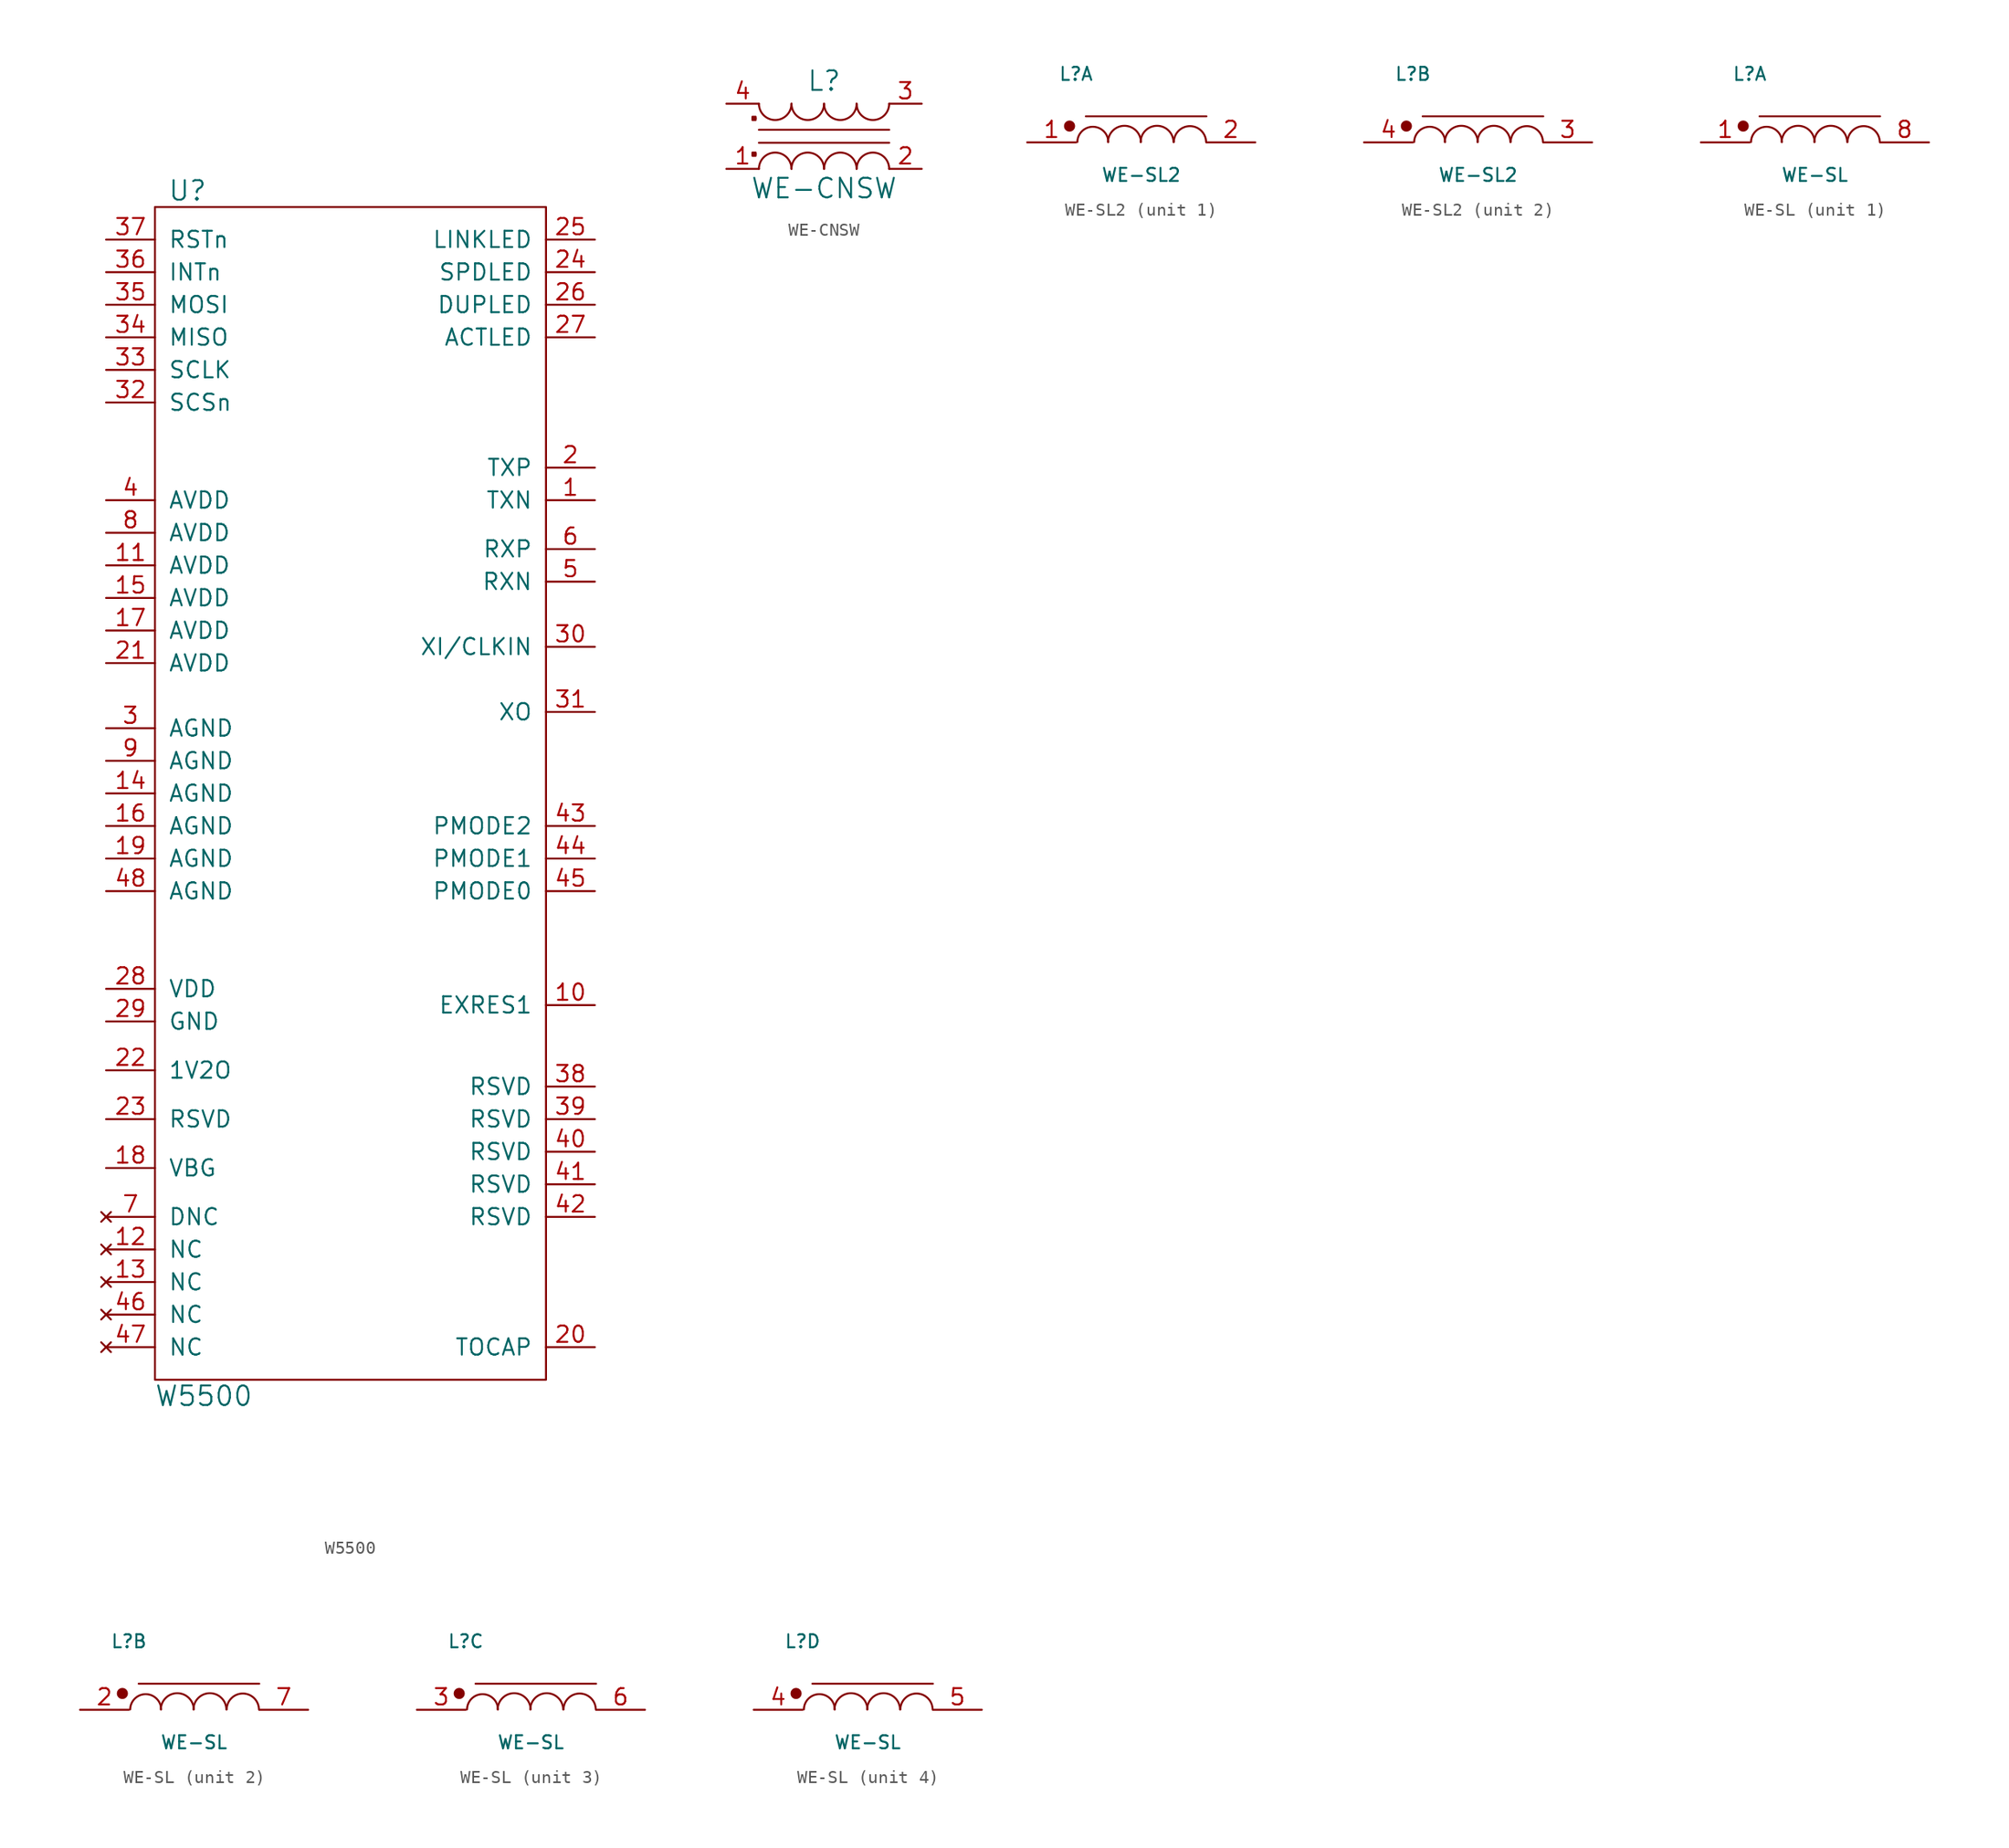
<source format=kicad_sym>
(kicad_symbol_lib
  (version 20210619)
  (generator kicad_symbol_editor)
  (symbol "tinkerforge:W5500"
    (pin_names
      (offset 1.016))
    (property "Reference" "U"
      (at -12.7 46.99 0)
      (effects (font (size 1.524 1.524))))
    (property "Value" "W5500"
      (at -11.43 -46.99 0)
      (effects (font (size 1.524 1.524))))
    (property "Footprint" ""
      (at 0 -1.27 0)
      (effects (font (size 1.524 1.524))))
    (property "Datasheet" ""
      (at 0 -1.27 0)
      (effects (font (size 1.524 1.524))))
    (symbol "W5500_0_1"
      (rectangle (start -15.24 45.72) (end 15.24 -45.72) (stroke (width 0)) (fill (type none))))
    (symbol "W5500_1_1"
      (pin passive line (at 19.05 22.86 180) (length 3.81) (name "TXN" (effects (font (size 1.27 1.27)))) (number "1" (effects (font (size 1.27 1.27)))))
      (pin passive line (at 19.05 -16.51 180) (length 3.81) (name "EXRES1" (effects (font (size 1.27 1.27)))) (number "10" (effects (font (size 1.27 1.27)))))
      (pin passive line (at -19.05 17.78 0) (length 3.81) (name "AVDD" (effects (font (size 1.27 1.27)))) (number "11" (effects (font (size 1.27 1.27)))))
      (pin no_connect line (at -19.05 -35.56 0) (length 3.81) (name "NC" (effects (font (size 1.27 1.27)))) (number "12" (effects (font (size 1.27 1.27)))))
      (pin no_connect line (at -19.05 -38.1 0) (length 3.81) (name "NC" (effects (font (size 1.27 1.27)))) (number "13" (effects (font (size 1.27 1.27)))))
      (pin passive line (at -19.05 0 0) (length 3.81) (name "AGND" (effects (font (size 1.27 1.27)))) (number "14" (effects (font (size 1.27 1.27)))))
      (pin passive line (at -19.05 15.24 0) (length 3.81) (name "AVDD" (effects (font (size 1.27 1.27)))) (number "15" (effects (font (size 1.27 1.27)))))
      (pin passive line (at -19.05 -2.54 0) (length 3.81) (name "AGND" (effects (font (size 1.27 1.27)))) (number "16" (effects (font (size 1.27 1.27)))))
      (pin passive line (at -19.05 12.7 0) (length 3.81) (name "AVDD" (effects (font (size 1.27 1.27)))) (number "17" (effects (font (size 1.27 1.27)))))
      (pin passive line (at -19.05 -29.21 0) (length 3.81) (name "VBG" (effects (font (size 1.27 1.27)))) (number "18" (effects (font (size 1.27 1.27)))))
      (pin passive line (at -19.05 -5.08 0) (length 3.81) (name "AGND" (effects (font (size 1.27 1.27)))) (number "19" (effects (font (size 1.27 1.27)))))
      (pin passive line (at 19.05 25.4 180) (length 3.81) (name "TXP" (effects (font (size 1.27 1.27)))) (number "2" (effects (font (size 1.27 1.27)))))
      (pin passive line (at 19.05 -43.18 180) (length 3.81) (name "TOCAP" (effects (font (size 1.27 1.27)))) (number "20" (effects (font (size 1.27 1.27)))))
      (pin passive line (at -19.05 10.16 0) (length 3.81) (name "AVDD" (effects (font (size 1.27 1.27)))) (number "21" (effects (font (size 1.27 1.27)))))
      (pin passive line (at -19.05 -21.59 0) (length 3.81) (name "1V2O" (effects (font (size 1.27 1.27)))) (number "22" (effects (font (size 1.27 1.27)))))
      (pin passive line (at -19.05 -25.4 0) (length 3.81) (name "RSVD" (effects (font (size 1.27 1.27)))) (number "23" (effects (font (size 1.27 1.27)))))
      (pin passive line (at 19.05 40.64 180) (length 3.81) (name "SPDLED" (effects (font (size 1.27 1.27)))) (number "24" (effects (font (size 1.27 1.27)))))
      (pin passive line (at 19.05 43.18 180) (length 3.81) (name "LINKLED" (effects (font (size 1.27 1.27)))) (number "25" (effects (font (size 1.27 1.27)))))
      (pin passive line (at 19.05 38.1 180) (length 3.81) (name "DUPLED" (effects (font (size 1.27 1.27)))) (number "26" (effects (font (size 1.27 1.27)))))
      (pin passive line (at 19.05 35.56 180) (length 3.81) (name "ACTLED" (effects (font (size 1.27 1.27)))) (number "27" (effects (font (size 1.27 1.27)))))
      (pin passive line (at -19.05 -15.24 0) (length 3.81) (name "VDD" (effects (font (size 1.27 1.27)))) (number "28" (effects (font (size 1.27 1.27)))))
      (pin passive line (at -19.05 -17.78 0) (length 3.81) (name "GND" (effects (font (size 1.27 1.27)))) (number "29" (effects (font (size 1.27 1.27)))))
      (pin passive line (at -19.05 5.08 0) (length 3.81) (name "AGND" (effects (font (size 1.27 1.27)))) (number "3" (effects (font (size 1.27 1.27)))))
      (pin passive line (at 19.05 11.43 180) (length 3.81) (name "XI/CLKIN" (effects (font (size 1.27 1.27)))) (number "30" (effects (font (size 1.27 1.27)))))
      (pin passive line (at 19.05 6.35 180) (length 3.81) (name "XO" (effects (font (size 1.27 1.27)))) (number "31" (effects (font (size 1.27 1.27)))))
      (pin passive line (at -19.05 30.48 0) (length 3.81) (name "SCSn" (effects (font (size 1.27 1.27)))) (number "32" (effects (font (size 1.27 1.27)))))
      (pin passive line (at -19.05 33.02 0) (length 3.81) (name "SCLK" (effects (font (size 1.27 1.27)))) (number "33" (effects (font (size 1.27 1.27)))))
      (pin passive line (at -19.05 35.56 0) (length 3.81) (name "MISO" (effects (font (size 1.27 1.27)))) (number "34" (effects (font (size 1.27 1.27)))))
      (pin passive line (at -19.05 38.1 0) (length 3.81) (name "MOSI" (effects (font (size 1.27 1.27)))) (number "35" (effects (font (size 1.27 1.27)))))
      (pin passive line (at -19.05 40.64 0) (length 3.81) (name "INTn" (effects (font (size 1.27 1.27)))) (number "36" (effects (font (size 1.27 1.27)))))
      (pin passive line (at -19.05 43.18 0) (length 3.81) (name "RSTn" (effects (font (size 1.27 1.27)))) (number "37" (effects (font (size 1.27 1.27)))))
      (pin passive line (at 19.05 -22.86 180) (length 3.81) (name "RSVD" (effects (font (size 1.27 1.27)))) (number "38" (effects (font (size 1.27 1.27)))))
      (pin passive line (at 19.05 -25.4 180) (length 3.81) (name "RSVD" (effects (font (size 1.27 1.27)))) (number "39" (effects (font (size 1.27 1.27)))))
      (pin passive line (at -19.05 22.86 0) (length 3.81) (name "AVDD" (effects (font (size 1.27 1.27)))) (number "4" (effects (font (size 1.27 1.27)))))
      (pin passive line (at 19.05 -27.94 180) (length 3.81) (name "RSVD" (effects (font (size 1.27 1.27)))) (number "40" (effects (font (size 1.27 1.27)))))
      (pin passive line (at 19.05 -30.48 180) (length 3.81) (name "RSVD" (effects (font (size 1.27 1.27)))) (number "41" (effects (font (size 1.27 1.27)))))
      (pin passive line (at 19.05 -33.02 180) (length 3.81) (name "RSVD" (effects (font (size 1.27 1.27)))) (number "42" (effects (font (size 1.27 1.27)))))
      (pin passive line (at 19.05 -2.54 180) (length 3.81) (name "PMODE2" (effects (font (size 1.27 1.27)))) (number "43" (effects (font (size 1.27 1.27)))))
      (pin passive line (at 19.05 -5.08 180) (length 3.81) (name "PMODE1" (effects (font (size 1.27 1.27)))) (number "44" (effects (font (size 1.27 1.27)))))
      (pin passive line (at 19.05 -7.62 180) (length 3.81) (name "PMODE0" (effects (font (size 1.27 1.27)))) (number "45" (effects (font (size 1.27 1.27)))))
      (pin no_connect line (at -19.05 -40.64 0) (length 3.81) (name "NC" (effects (font (size 1.27 1.27)))) (number "46" (effects (font (size 1.27 1.27)))))
      (pin no_connect line (at -19.05 -43.18 0) (length 3.81) (name "NC" (effects (font (size 1.27 1.27)))) (number "47" (effects (font (size 1.27 1.27)))))
      (pin passive line (at -19.05 -7.62 0) (length 3.81) (name "AGND" (effects (font (size 1.27 1.27)))) (number "48" (effects (font (size 1.27 1.27)))))
      (pin passive line (at 19.05 16.51 180) (length 3.81) (name "RXN" (effects (font (size 1.27 1.27)))) (number "5" (effects (font (size 1.27 1.27)))))
      (pin passive line (at 19.05 19.05 180) (length 3.81) (name "RXP" (effects (font (size 1.27 1.27)))) (number "6" (effects (font (size 1.27 1.27)))))
      (pin no_connect line (at -19.05 -33.02 0) (length 3.81) (name "DNC" (effects (font (size 1.27 1.27)))) (number "7" (effects (font (size 1.27 1.27)))))
      (pin passive line (at -19.05 20.32 0) (length 3.81) (name "AVDD" (effects (font (size 1.27 1.27)))) (number "8" (effects (font (size 1.27 1.27)))))
      (pin passive line (at -19.05 2.54 0) (length 3.81) (name "AGND" (effects (font (size 1.27 1.27)))) (number "9" (effects (font (size 1.27 1.27)))))))
  (symbol "tinkerforge:WE-CNSW"
    (pin_names
      (offset 1.016))
    (property "Reference" "L"
      (at 0 4.318 0)
      (effects (font (size 1.524 1.524))))
    (property "Value" "WE-CNSW"
      (at 0 -4.064 0)
      (effects (font (size 1.524 1.524))))
    (property "Footprint" ""
      (at 0 -0.254 0)
      (effects (font (size 1.524 1.524))))
    (property "Datasheet" ""
      (at 0 -0.254 0)
      (effects (font (size 1.524 1.524))))
    (symbol "WE-CNSW_0_1"
      (arc (start -2.54 -2.54) (end -5.08 -2.54) (radius (at -3.81 -2.54) (length 1.27) (angles 0.1 179.9)) (stroke (width 0)) (fill (type none)))
      (arc (start -5.08 2.54) (end -2.54 2.54) (radius (at -3.81 2.54) (length 1.27) (angles -179.9 -0.1)) (stroke (width 0)) (fill (type none)))
      (arc (start 0 -2.54) (end -2.54 -2.54) (radius (at -1.27 -2.54) (length 1.27) (angles 0.1 179.9)) (stroke (width 0)) (fill (type none)))
      (arc (start -2.54 2.54) (end 0 2.54) (radius (at -1.27 2.54) (length 1.27) (angles -179.9 -0.1)) (stroke (width 0)) (fill (type none)))
      (arc (start 2.54 -2.54) (end 0 -2.54) (radius (at 1.27 -2.54) (length 1.27) (angles 0.1 179.9)) (stroke (width 0)) (fill (type none)))
      (arc (start 0 2.54) (end 2.54 2.54) (radius (at 1.27 2.54) (length 1.27) (angles -179.9 -0.1)) (stroke (width 0)) (fill (type none)))
      (arc (start 5.08 -2.54) (end 2.54 -2.54) (radius (at 3.81 -2.54) (length 1.27) (angles 0.1 179.9)) (stroke (width 0)) (fill (type none)))
      (arc (start 2.54 2.54) (end 5.08 2.54) (radius (at 3.81 2.54) (length 1.27) (angles -179.9 -0.1)) (stroke (width 0)) (fill (type none)))
      (polyline (pts (xy -5.588 -1.397) (xy -5.334 -1.397)) (stroke (width 0)) (fill (type none)))
      (polyline (pts (xy -5.588 1.397) (xy -5.334 1.397)) (stroke (width 0)) (fill (type none)))
      (polyline (pts (xy -5.08 0.508) (xy 5.08 0.508)) (stroke (width 0)) (fill (type none)))
      (polyline (pts (xy 5.08 -0.508) (xy -5.08 -0.508)) (stroke (width 0)) (fill (type none)))
      (polyline (pts (xy -5.588 -1.27) (xy -5.588 -1.524) (xy -5.334 -1.524) (xy -5.334 -1.27) (xy -5.588 -1.27)) (stroke (width 0)) (fill (type none)))
      (polyline (pts (xy -5.588 1.524) (xy -5.588 1.27) (xy -5.334 1.27) (xy -5.334 1.524) (xy -5.588 1.524)) (stroke (width 0)) (fill (type none))))
    (symbol "WE-CNSW_1_1"
      (pin passive line (at -7.62 -2.54 0) (length 2.54) (name "~" (effects (font (size 1.27 1.27)))) (number "1" (effects (font (size 1.27 1.27)))))
      (pin passive line (at 7.62 -2.54 180) (length 2.54) (name "~" (effects (font (size 1.27 1.27)))) (number "2" (effects (font (size 1.27 1.27)))))
      (pin passive line (at 7.62 2.54 180) (length 2.54) (name "~" (effects (font (size 1.27 1.27)))) (number "3" (effects (font (size 1.27 1.27)))))
      (pin passive line (at -7.62 2.54 0) (length 2.54) (name "~" (effects (font (size 1.27 1.27)))) (number "4" (effects (font (size 1.27 1.27)))))))
  (symbol "tinkerforge:WE-SL2"
    (pin_names
      (offset 1.016) hide)
    (property "Reference" "L"
      (at -5.08 5.334 0)
      (effects (font (size 1.016 1.016))))
    (property "Value" "WE-SL2"
      (at 0 -2.54 0)
      (effects (font (size 1.016 1.016))))
    (property "Footprint" ""
      (at 0 0 0)
      (effects (font (size 1.524 1.524))))
    (property "Datasheet" ""
      (at 0 0 0)
      (effects (font (size 1.524 1.524))))
    (symbol "WE-SL2_0_1"
      (arc (start -2.5654 0.0254) (end -4.9784 0.0254) (radius (at -3.7592 0) (length 1.2192) (angles -88.9 88.9)) (stroke (width 0)) (fill (type none)))
      (arc (start -0.0254 0.0254) (end -2.5908 0.0254) (radius (at -1.2954 0) (length 1.2954) (angles -88.9 88.9)) (stroke (width 0)) (fill (type none)))
      (arc (start 2.5146 0.0254) (end -0.0508 0.0254) (radius (at 1.2446 0) (length 1.2954) (angles -88.9 88.9)) (stroke (width 0)) (fill (type none)))
      (arc (start 5.0546 0.0254) (end 2.54 0.0254) (radius (at 3.81 0) (length 1.27) (angles -88.9 88.9)) (stroke (width 0)) (fill (type none)))
      (circle (center -5.588 1.27) (radius 0.356) (stroke (width 0)) (fill (type outline)))
      (polyline (pts (xy -4.318 2.032) (xy 5.08 2.032)) (stroke (width 0)) (fill (type none))))
    (symbol "WE-SL2_1_1"
      (pin passive line (at -8.89 0 0) (length 3.81) (name "3" (effects (font (size 1.27 1.27)))) (number "1" (effects (font (size 1.27 1.27)))))
      (pin passive line (at 8.89 0 180) (length 3.81) (name "4" (effects (font (size 1.27 1.27)))) (number "2" (effects (font (size 1.27 1.27))))))
    (symbol "WE-SL2_2_1"
      (pin passive line (at 8.89 0 180) (length 3.81) (name "3" (effects (font (size 1.27 1.27)))) (number "3" (effects (font (size 1.27 1.27)))))
      (pin passive line (at -8.89 0 0) (length 3.81) (name "4" (effects (font (size 1.27 1.27)))) (number "4" (effects (font (size 1.27 1.27)))))))
  (symbol "tinkerforge:WE-SL"
    (pin_names
      (offset 1.016) hide)
    (property "Reference" "L"
      (at -5.08 5.334 0)
      (effects (font (size 1.016 1.016))))
    (property "Value" "WE-SL"
      (at 0 -2.54 0)
      (effects (font (size 1.016 1.016))))
    (property "Footprint" ""
      (at 0 0 0)
      (effects (font (size 1.524 1.524))))
    (property "Datasheet" ""
      (at 0 0 0)
      (effects (font (size 1.524 1.524))))
    (symbol "WE-SL_0_1"
      (arc (start -2.5654 0.0254) (end -4.9784 0.0254) (radius (at -3.7592 0) (length 1.2192) (angles -88.9 88.9)) (stroke (width 0)) (fill (type none)))
      (arc (start -0.0254 0.0254) (end -2.5908 0.0254) (radius (at -1.2954 0) (length 1.2954) (angles -88.9 88.9)) (stroke (width 0)) (fill (type none)))
      (arc (start 2.5146 0.0254) (end -0.0508 0.0254) (radius (at 1.2446 0) (length 1.2954) (angles -88.9 88.9)) (stroke (width 0)) (fill (type none)))
      (arc (start 5.0546 0.0254) (end 2.54 0.0254) (radius (at 3.81 0) (length 1.27) (angles -88.9 88.9)) (stroke (width 0)) (fill (type none)))
      (circle (center -5.588 1.27) (radius 0.356) (stroke (width 0)) (fill (type outline)))
      (polyline (pts (xy -4.318 2.032) (xy 5.08 2.032)) (stroke (width 0)) (fill (type none))))
    (symbol "WE-SL_1_1"
      (pin passive line (at -8.89 0 0) (length 3.81) (name "1" (effects (font (size 1.27 1.27)))) (number "1" (effects (font (size 1.27 1.27)))))
      (pin passive line (at 8.89 0 180) (length 3.81) (name "8" (effects (font (size 1.27 1.27)))) (number "8" (effects (font (size 1.27 1.27))))))
    (symbol "WE-SL_2_1"
      (pin passive line (at -8.89 0 0) (length 3.81) (name "2" (effects (font (size 1.27 1.27)))) (number "2" (effects (font (size 1.27 1.27)))))
      (pin passive line (at 8.89 0 180) (length 3.81) (name "7" (effects (font (size 1.27 1.27)))) (number "7" (effects (font (size 1.27 1.27))))))
    (symbol "WE-SL_3_1"
      (pin passive line (at -8.89 0 0) (length 3.81) (name "3" (effects (font (size 1.27 1.27)))) (number "3" (effects (font (size 1.27 1.27)))))
      (pin passive line (at 8.89 0 180) (length 3.81) (name "6" (effects (font (size 1.27 1.27)))) (number "6" (effects (font (size 1.27 1.27))))))
    (symbol "WE-SL_4_1"
      (pin passive line (at -8.89 0 0) (length 3.81) (name "4" (effects (font (size 1.27 1.27)))) (number "4" (effects (font (size 1.27 1.27)))))
      (pin passive line (at 8.89 0 180) (length 3.81) (name "5" (effects (font (size 1.27 1.27)))) (number "5" (effects (font (size 1.27 1.27))))))))
</source>
